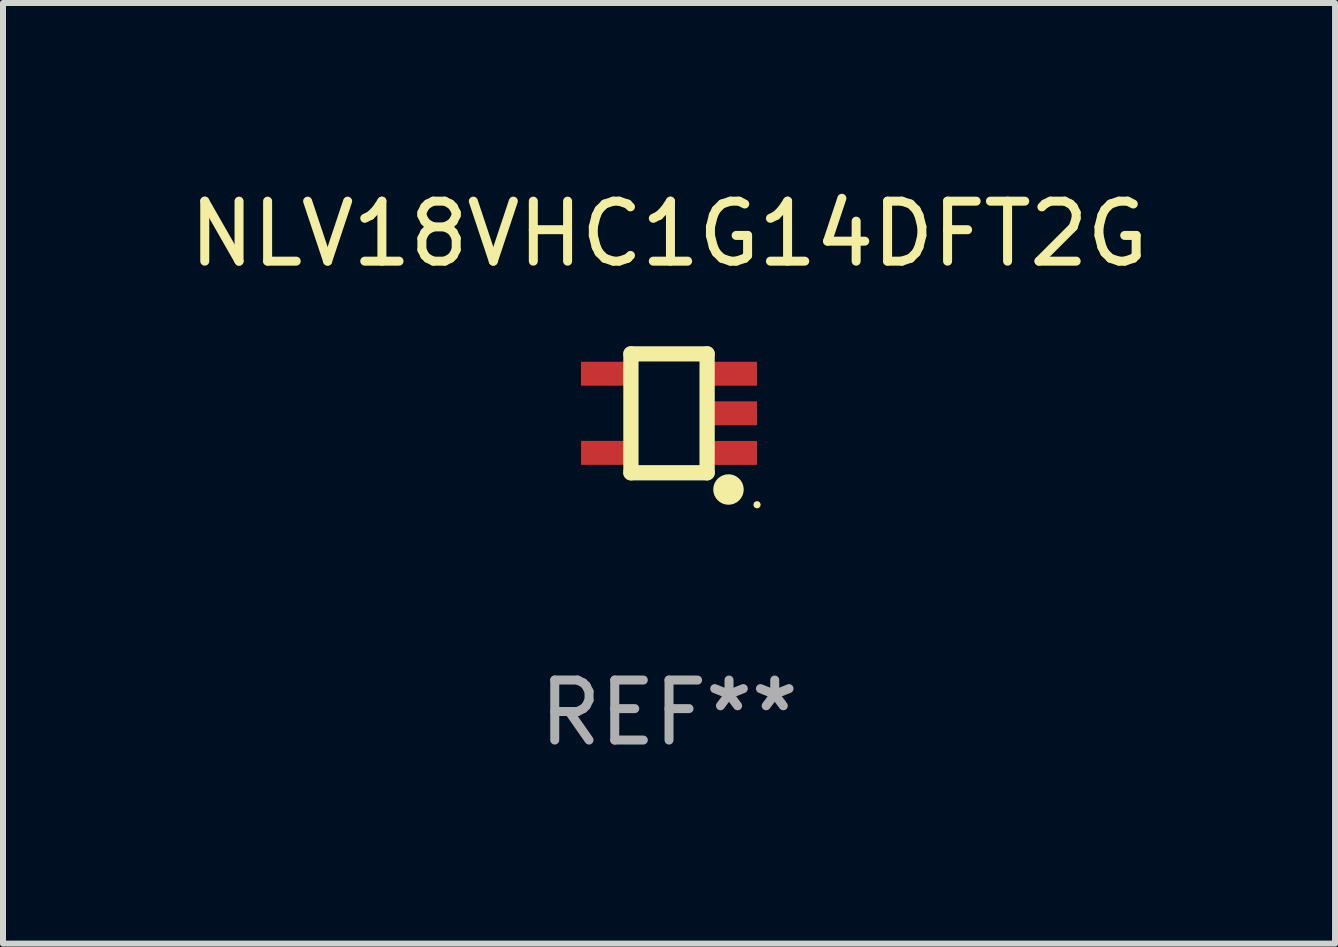
<source format=kicad_pcb>
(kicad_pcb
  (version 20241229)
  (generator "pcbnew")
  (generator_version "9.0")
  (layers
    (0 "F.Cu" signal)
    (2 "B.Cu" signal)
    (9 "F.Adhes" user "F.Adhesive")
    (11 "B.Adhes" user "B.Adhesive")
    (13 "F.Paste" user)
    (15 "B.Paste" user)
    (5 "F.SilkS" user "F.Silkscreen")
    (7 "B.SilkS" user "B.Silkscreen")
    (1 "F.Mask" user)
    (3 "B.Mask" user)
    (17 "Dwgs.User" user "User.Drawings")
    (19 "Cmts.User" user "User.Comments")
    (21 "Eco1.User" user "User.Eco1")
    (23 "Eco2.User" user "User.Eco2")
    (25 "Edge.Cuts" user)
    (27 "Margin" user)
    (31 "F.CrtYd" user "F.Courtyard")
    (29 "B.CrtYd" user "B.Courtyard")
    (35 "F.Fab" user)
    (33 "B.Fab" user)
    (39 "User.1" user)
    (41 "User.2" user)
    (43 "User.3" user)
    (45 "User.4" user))
  (footprint "NLV18VHC1G14DFT2G"
    (layer "F.Cu")
    (at 8.101 3.839)
    (property "Reference" "NLV18VHC1G14DFT2G" (at 0 -2.991 0) (layer "F.SilkS") (effects (font (size 1 1) (thickness 0.15))))
    (attr through_hole)
    (fp_line (start -0.635 -0.991) (end 0.635 -0.991) (stroke (width 0.254) (type solid)) (layer "F.SilkS"))
    (fp_line (start -0.635 0.991) (end -0.635 -0.991) (stroke (width 0.254) (type solid)) (layer "F.SilkS"))
    (fp_line (start 0.635 -0.991) (end 0.635 0.991) (stroke (width 0.254) (type solid)) (layer "F.SilkS"))
    (fp_line (start 0.635 0.991) (end -0.635 0.991) (stroke (width 0.254) (type solid)) (layer "F.SilkS"))
    (fp_circle (center 0.991 1.27) (end 1.118 1.27) (stroke (width 0.254) (type solid)) (fill no) (layer "F.SilkS"))
    (fp_circle (center 1.467 1.524) (end 1.497 1.524) (stroke (width 0.06) (type solid)) (fill no) (layer "F.SilkS"))
    (fp_text user "REF**" (at 0 4.991 0) (layer "F.Fab") (effects (font (size 1 1) (thickness 0.15))))
    (pad "1" smd rect (at 1.067 0.66 180) (size 0.8 0.399) (layers "F.Cu" "F.Mask" "F.Paste"))
    (pad "2" smd rect (at 1.067 0 180) (size 0.8 0.399) (layers "F.Cu" "F.Mask" "F.Paste"))
    (pad "3" smd rect (at 1.067 -0.66 180) (size 0.8 0.399) (layers "F.Cu" "F.Mask" "F.Paste"))
    (pad "4" smd rect (at -1.067 -0.66 180) (size 0.8 0.399) (layers "F.Cu" "F.Mask" "F.Paste"))
    (pad "5" smd rect (at -1.066 0.659 180) (size 0.8 0.399) (layers "F.Cu" "F.Mask" "F.Paste")))
  (gr_rect
    (start -3 -3)
    (end 19.202 12.678)
    (stroke (width 0.1) (type default))
    (fill no)
    (layer "Edge.Cuts")))
</source>
